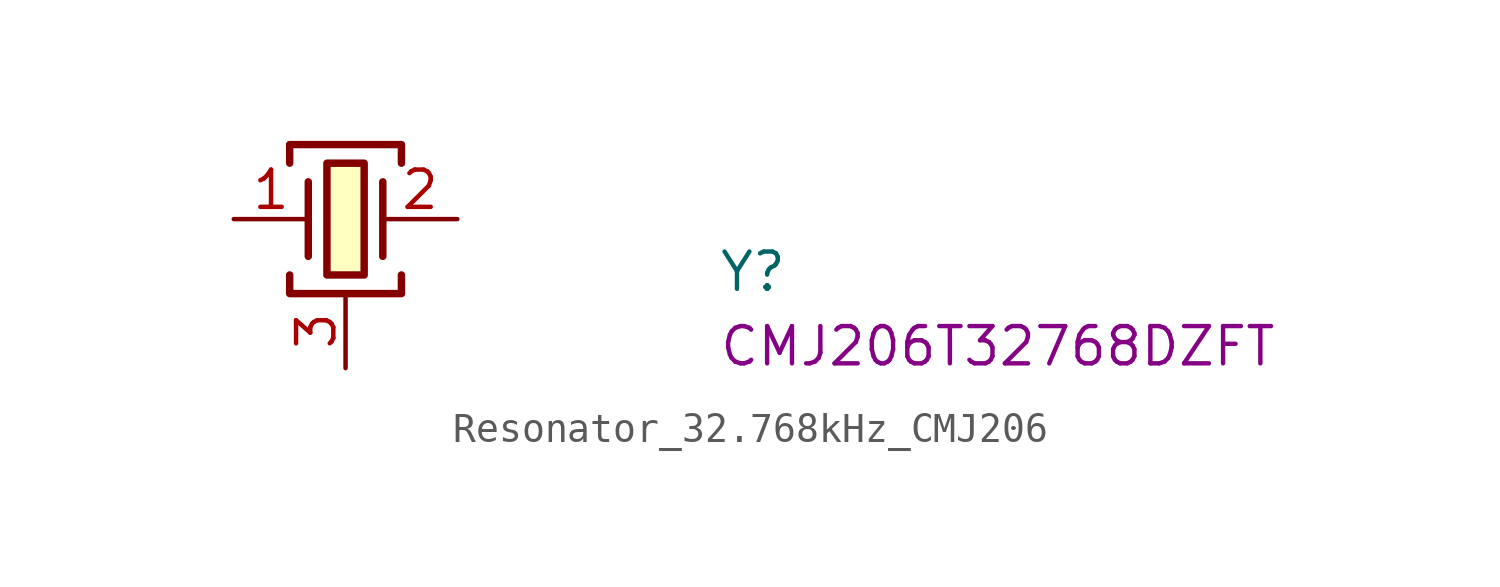
<source format=kicad_sym>
(kicad_symbol_lib
  (version 20220914)
  (generator kicad_symbol_editor)
  (symbol "Resonator_32.768kHz_CMJ206"
    (pin_names hide)
    (property "Reference" "Y"
      (at 16.51 -2.54 0)
      (effects (font (size 1.27 1.27) (thickness 0.15)) (justify left bottom)))
    (property "MPN" "CMJ206T32768DZFT"
      (at 16.51 -5.08 0)
      (effects (font (size 1.27 1.27) (thickness 0.15)) (justify left bottom)))
    (symbol "Resonator_32.768kHz_CMJ206_1_1"
      (polyline (pts (xy 2.54 1.27) (xy 2.54 -1.27)) (stroke (width 0.254) (type default)) (fill (type background)))
      (polyline (pts (xy 5.08 1.27) (xy 5.08 -1.27)) (stroke (width 0.254) (type default)) (fill (type background)))
      (polyline (pts (xy 1.905 -1.905) (xy 1.905 -2.54) (xy 5.715 -2.54) (xy 5.715 -1.905)) (stroke (width 0.254) (type default)) (fill (type none)))
      (polyline (pts (xy 1.905 1.905) (xy 1.905 2.54) (xy 5.715 2.54) (xy 5.715 1.905)) (stroke (width 0.254) (type default)) (fill (type none)))
      (rectangle (start 3.175 1.905) (end 4.445 -1.905) (stroke (width 0.254) (type default)) (fill (type background)))
      (pin passive line (at 0 0 0) (length 2.54) (name "~" (effects (font (size 1.27 1.27)))) (number "1" (effects (font (size 1.27 1.27)))))
      (pin passive line (at 7.62 0 180) (length 2.54) (name "~" (effects (font (size 1.27 1.27)))) (number "2" (effects (font (size 1.27 1.27)))))
      (pin passive line (at 3.81 -5.08 90) (length 2.54) (name "SH" (effects (font (size 1.27 1.27)))) (number "3" (effects (font (size 1.27 1.27))))))))
</source>
